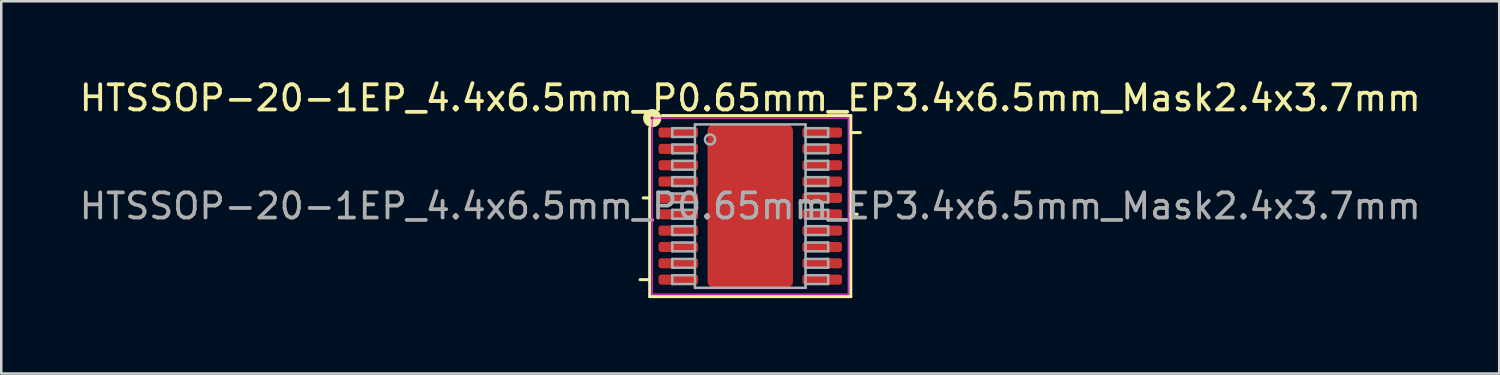
<source format=kicad_pcb>
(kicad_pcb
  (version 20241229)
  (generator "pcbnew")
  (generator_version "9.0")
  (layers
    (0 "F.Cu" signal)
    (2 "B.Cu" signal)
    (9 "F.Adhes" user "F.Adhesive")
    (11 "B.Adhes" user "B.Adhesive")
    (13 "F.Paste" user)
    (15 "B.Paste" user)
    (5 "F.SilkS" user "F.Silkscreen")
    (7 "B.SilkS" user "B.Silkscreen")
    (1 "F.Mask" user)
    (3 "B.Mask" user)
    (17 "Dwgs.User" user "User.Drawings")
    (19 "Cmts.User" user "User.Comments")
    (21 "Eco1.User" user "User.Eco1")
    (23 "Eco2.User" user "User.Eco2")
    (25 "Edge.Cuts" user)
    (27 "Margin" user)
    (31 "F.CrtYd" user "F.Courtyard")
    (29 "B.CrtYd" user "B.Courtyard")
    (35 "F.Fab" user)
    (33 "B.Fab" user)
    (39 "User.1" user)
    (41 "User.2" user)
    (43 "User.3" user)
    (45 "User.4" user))
  (footprint "HTSSOP-20-1EP_4.4x6.5mm_P0.65mm_EP3.4x6.5mm_Mask2.4x3.7mm"
    (layer "F.Cu")
    (at 26.792 5.148)
    (property "Reference" "HTSSOP-20-1EP_4.4x6.5mm_P0.65mm_EP3.4x6.5mm_Mask2.4x3.7mm" (at 0 -4.3 0) (layer "F.SilkS") (effects (font (size 1 1) (thickness 0.15))))
    (attr smd)
    (fp_line (start -4 -0.325) (end -4.254 -0.325) (stroke (width 0.12) (type solid)) (layer "F.SilkS"))
    (fp_line (start -4 2.925) (end -4.381 2.925) (stroke (width 0.12) (type solid)) (layer "F.SilkS"))
    (fp_line (start -4 3.6) (end -4 -3.1) (stroke (width 0.12) (type solid)) (layer "F.SilkS"))
    (fp_line (start -3.5 -3.6) (end 4 -3.6) (stroke (width 0.12) (type solid)) (layer "F.SilkS"))
    (fp_line (start 4 -3.6) (end 4 3.6) (stroke (width 0.12) (type solid)) (layer "F.SilkS"))
    (fp_line (start 4 -2.925) (end 4.381 -2.925) (stroke (width 0.12) (type solid)) (layer "F.SilkS"))
    (fp_line (start 4 0.325) (end 4.254 0.325) (stroke (width 0.12) (type solid)) (layer "F.SilkS"))
    (fp_line (start 4 3.6) (end -4 3.6) (stroke (width 0.12) (type solid)) (layer "F.SilkS"))
    (fp_circle (center -3.9 -3.5) (end -3.837 -3.5) (stroke (width 0.3) (type solid)) (fill no) (layer "F.SilkS"))
    (fp_line (start -3.9 -3.5) (end -3.9 3.5) (stroke (width 0.05) (type solid)) (layer "F.CrtYd"))
    (fp_line (start -3.9 3.5) (end 3.9 3.5) (stroke (width 0.05) (type solid)) (layer "F.CrtYd"))
    (fp_line (start 3.9 -3.5) (end -3.9 -3.5) (stroke (width 0.05) (type solid)) (layer "F.CrtYd"))
    (fp_line (start 3.9 3.5) (end 3.9 -3.5) (stroke (width 0.05) (type solid)) (layer "F.CrtYd"))
    (fp_line (start -3.1 -3.1) (end -3.1 -2.75) (stroke (width 0.1) (type solid)) (layer "F.Fab"))
    (fp_line (start -3.1 -3.1) (end -2.2 -3.1) (stroke (width 0.1) (type solid)) (layer "F.Fab"))
    (fp_line (start -3.1 -2.75) (end -2.2 -2.75) (stroke (width 0.1) (type solid)) (layer "F.Fab"))
    (fp_line (start -3.1 -2.45) (end -3.1 -2.1) (stroke (width 0.1) (type solid)) (layer "F.Fab"))
    (fp_line (start -3.1 -2.45) (end -2.2 -2.45) (stroke (width 0.1) (type solid)) (layer "F.Fab"))
    (fp_line (start -3.1 -2.1) (end -2.2 -2.1) (stroke (width 0.1) (type solid)) (layer "F.Fab"))
    (fp_line (start -3.1 -1.8) (end -3.1 -1.45) (stroke (width 0.1) (type solid)) (layer "F.Fab"))
    (fp_line (start -3.1 -1.8) (end -2.2 -1.8) (stroke (width 0.1) (type solid)) (layer "F.Fab"))
    (fp_line (start -3.1 -1.45) (end -2.2 -1.45) (stroke (width 0.1) (type solid)) (layer "F.Fab"))
    (fp_line (start -3.1 -1.15) (end -3.1 -0.8) (stroke (width 0.1) (type solid)) (layer "F.Fab"))
    (fp_line (start -3.1 -1.15) (end -2.2 -1.15) (stroke (width 0.1) (type solid)) (layer "F.Fab"))
    (fp_line (start -3.1 -0.8) (end -2.2 -0.8) (stroke (width 0.1) (type solid)) (layer "F.Fab"))
    (fp_line (start -3.1 -0.5) (end -3.1 -0.15) (stroke (width 0.1) (type solid)) (layer "F.Fab"))
    (fp_line (start -3.1 -0.5) (end -2.2 -0.5) (stroke (width 0.1) (type solid)) (layer "F.Fab"))
    (fp_line (start -3.1 -0.15) (end -2.2 -0.15) (stroke (width 0.1) (type solid)) (layer "F.Fab"))
    (fp_line (start -3.1 0.15) (end -3.1 0.5) (stroke (width 0.1) (type solid)) (layer "F.Fab"))
    (fp_line (start -3.1 0.15) (end -2.2 0.15) (stroke (width 0.1) (type solid)) (layer "F.Fab"))
    (fp_line (start -3.1 0.5) (end -2.2 0.5) (stroke (width 0.1) (type solid)) (layer "F.Fab"))
    (fp_line (start -3.1 0.8) (end -3.1 1.15) (stroke (width 0.1) (type solid)) (layer "F.Fab"))
    (fp_line (start -3.1 0.8) (end -2.2 0.8) (stroke (width 0.1) (type solid)) (layer "F.Fab"))
    (fp_line (start -3.1 1.15) (end -2.2 1.15) (stroke (width 0.1) (type solid)) (layer "F.Fab"))
    (fp_line (start -3.1 1.45) (end -3.1 1.8) (stroke (width 0.1) (type solid)) (layer "F.Fab"))
    (fp_line (start -3.1 1.45) (end -2.2 1.45) (stroke (width 0.1) (type solid)) (layer "F.Fab"))
    (fp_line (start -3.1 1.8) (end -2.2 1.8) (stroke (width 0.1) (type solid)) (layer "F.Fab"))
    (fp_line (start -3.1 2.1) (end -3.1 2.45) (stroke (width 0.1) (type solid)) (layer "F.Fab"))
    (fp_line (start -3.1 2.1) (end -2.2 2.1) (stroke (width 0.1) (type solid)) (layer "F.Fab"))
    (fp_line (start -3.1 2.45) (end -2.2 2.45) (stroke (width 0.1) (type solid)) (layer "F.Fab"))
    (fp_line (start -3.1 2.75) (end -3.1 3.1) (stroke (width 0.1) (type solid)) (layer "F.Fab"))
    (fp_line (start -3.1 2.75) (end -2.2 2.75) (stroke (width 0.1) (type solid)) (layer "F.Fab"))
    (fp_line (start -3.1 3.1) (end -2.2 3.1) (stroke (width 0.1) (type solid)) (layer "F.Fab"))
    (fp_line (start -2.2 -3.25) (end 2.2 -3.25) (stroke (width 0.1) (type solid)) (layer "F.Fab"))
    (fp_line (start -2.2 3.25) (end -2.2 -3.25) (stroke (width 0.1) (type solid)) (layer "F.Fab"))
    (fp_line (start 2.2 -3.25) (end 2.2 3.25) (stroke (width 0.1) (type solid)) (layer "F.Fab"))
    (fp_line (start 2.2 3.25) (end -2.2 3.25) (stroke (width 0.1) (type solid)) (layer "F.Fab"))
    (fp_line (start 3.1 -3.1) (end 2.2 -3.1) (stroke (width 0.1) (type solid)) (layer "F.Fab"))
    (fp_line (start 3.1 -2.75) (end 2.2 -2.75) (stroke (width 0.1) (type solid)) (layer "F.Fab"))
    (fp_line (start 3.1 -2.75) (end 3.1 -3.1) (stroke (width 0.1) (type solid)) (layer "F.Fab"))
    (fp_line (start 3.1 -2.45) (end 2.2 -2.45) (stroke (width 0.1) (type solid)) (layer "F.Fab"))
    (fp_line (start 3.1 -2.1) (end 2.2 -2.1) (stroke (width 0.1) (type solid)) (layer "F.Fab"))
    (fp_line (start 3.1 -2.1) (end 3.1 -2.45) (stroke (width 0.1) (type solid)) (layer "F.Fab"))
    (fp_line (start 3.1 -1.8) (end 2.2 -1.8) (stroke (width 0.1) (type solid)) (layer "F.Fab"))
    (fp_line (start 3.1 -1.45) (end 2.2 -1.45) (stroke (width 0.1) (type solid)) (layer "F.Fab"))
    (fp_line (start 3.1 -1.45) (end 3.1 -1.8) (stroke (width 0.1) (type solid)) (layer "F.Fab"))
    (fp_line (start 3.1 -1.15) (end 2.2 -1.15) (stroke (width 0.1) (type solid)) (layer "F.Fab"))
    (fp_line (start 3.1 -0.8) (end 2.2 -0.8) (stroke (width 0.1) (type solid)) (layer "F.Fab"))
    (fp_line (start 3.1 -0.8) (end 3.1 -1.15) (stroke (width 0.1) (type solid)) (layer "F.Fab"))
    (fp_line (start 3.1 -0.5) (end 2.2 -0.5) (stroke (width 0.1) (type solid)) (layer "F.Fab"))
    (fp_line (start 3.1 -0.15) (end 2.2 -0.15) (stroke (width 0.1) (type solid)) (layer "F.Fab"))
    (fp_line (start 3.1 -0.15) (end 3.1 -0.5) (stroke (width 0.1) (type solid)) (layer "F.Fab"))
    (fp_line (start 3.1 0.15) (end 2.2 0.15) (stroke (width 0.1) (type solid)) (layer "F.Fab"))
    (fp_line (start 3.1 0.5) (end 2.2 0.5) (stroke (width 0.1) (type solid)) (layer "F.Fab"))
    (fp_line (start 3.1 0.5) (end 3.1 0.15) (stroke (width 0.1) (type solid)) (layer "F.Fab"))
    (fp_line (start 3.1 0.8) (end 2.2 0.8) (stroke (width 0.1) (type solid)) (layer "F.Fab"))
    (fp_line (start 3.1 1.15) (end 2.2 1.15) (stroke (width 0.1) (type solid)) (layer "F.Fab"))
    (fp_line (start 3.1 1.15) (end 3.1 0.8) (stroke (width 0.1) (type solid)) (layer "F.Fab"))
    (fp_line (start 3.1 1.45) (end 2.2 1.45) (stroke (width 0.1) (type solid)) (layer "F.Fab"))
    (fp_line (start 3.1 1.8) (end 2.2 1.8) (stroke (width 0.1) (type solid)) (layer "F.Fab"))
    (fp_line (start 3.1 1.8) (end 3.1 1.45) (stroke (width 0.1) (type solid)) (layer "F.Fab"))
    (fp_line (start 3.1 2.1) (end 2.2 2.1) (stroke (width 0.1) (type solid)) (layer "F.Fab"))
    (fp_line (start 3.1 2.45) (end 2.2 2.45) (stroke (width 0.1) (type solid)) (layer "F.Fab"))
    (fp_line (start 3.1 2.45) (end 3.1 2.1) (stroke (width 0.1) (type solid)) (layer "F.Fab"))
    (fp_line (start 3.1 2.75) (end 2.2 2.75) (stroke (width 0.1) (type solid)) (layer "F.Fab"))
    (fp_line (start 3.1 3.1) (end 2.2 3.1) (stroke (width 0.1) (type solid)) (layer "F.Fab"))
    (fp_line (start 3.1 3.1) (end 3.1 2.75) (stroke (width 0.1) (type solid)) (layer "F.Fab"))
    (fp_circle (center -1.6 -2.65) (end -1.4 -2.65) (stroke (width 0.1) (type solid)) (fill no) (layer "F.Fab"))
    (fp_text user "${REFERENCE}" (at 0 0 0) (layer "F.Fab") (effects (font (size 1 1) (thickness 0.15))))
    (pad "" smd roundrect (at 0 -0.925) (size 1.93 1.49) (layers "F.Paste") (roundrect_rratio 0.168))
    (pad "" smd roundrect (at 0 0) (size 2.4 3.7) (layers "F.Mask") (roundrect_rratio 0.104))
    (pad "" smd roundrect (at 0 0.925) (size 1.93 1.49) (layers "F.Paste") (roundrect_rratio 0.168))
    (pad "1" smd roundrect (at -2.862 -2.925) (size 1.575 0.4) (layers "F.Cu" "F.Mask" "F.Paste") (roundrect_rratio 0.25))
    (pad "2" smd roundrect (at -2.862 -2.275) (size 1.575 0.4) (layers "F.Cu" "F.Mask" "F.Paste") (roundrect_rratio 0.25))
    (pad "3" smd roundrect (at -2.862 -1.625) (size 1.575 0.4) (layers "F.Cu" "F.Mask" "F.Paste") (roundrect_rratio 0.25))
    (pad "4" smd roundrect (at -2.862 -0.975) (size 1.575 0.4) (layers "F.Cu" "F.Mask" "F.Paste") (roundrect_rratio 0.25))
    (pad "5" smd roundrect (at -2.862 -0.325) (size 1.575 0.4) (layers "F.Cu" "F.Mask" "F.Paste") (roundrect_rratio 0.25))
    (pad "6" smd roundrect (at -2.862 0.325) (size 1.575 0.4) (layers "F.Cu" "F.Mask" "F.Paste") (roundrect_rratio 0.25))
    (pad "7" smd roundrect (at -2.862 0.975) (size 1.575 0.4) (layers "F.Cu" "F.Mask" "F.Paste") (roundrect_rratio 0.25))
    (pad "8" smd roundrect (at -2.862 1.625) (size 1.575 0.4) (layers "F.Cu" "F.Mask" "F.Paste") (roundrect_rratio 0.25))
    (pad "9" smd roundrect (at -2.862 2.275) (size 1.575 0.4) (layers "F.Cu" "F.Mask" "F.Paste") (roundrect_rratio 0.25))
    (pad "10" smd roundrect (at -2.862 2.925) (size 1.575 0.4) (layers "F.Cu" "F.Mask" "F.Paste") (roundrect_rratio 0.25))
    (pad "11" smd roundrect (at 2.862 2.925) (size 1.575 0.4) (layers "F.Cu" "F.Mask" "F.Paste") (roundrect_rratio 0.25))
    (pad "12" smd roundrect (at 2.862 2.275) (size 1.575 0.4) (layers "F.Cu" "F.Mask" "F.Paste") (roundrect_rratio 0.25))
    (pad "13" smd roundrect (at 2.862 1.625) (size 1.575 0.4) (layers "F.Cu" "F.Mask" "F.Paste") (roundrect_rratio 0.25))
    (pad "14" smd roundrect (at 2.862 0.975) (size 1.575 0.4) (layers "F.Cu" "F.Mask" "F.Paste") (roundrect_rratio 0.25))
    (pad "15" smd roundrect (at 2.862 0.325) (size 1.575 0.4) (layers "F.Cu" "F.Mask" "F.Paste") (roundrect_rratio 0.25))
    (pad "16" smd roundrect (at 2.862 -0.325) (size 1.575 0.4) (layers "F.Cu" "F.Mask" "F.Paste") (roundrect_rratio 0.25))
    (pad "17" smd roundrect (at 2.862 -0.975) (size 1.575 0.4) (layers "F.Cu" "F.Mask" "F.Paste") (roundrect_rratio 0.25))
    (pad "18" smd roundrect (at 2.862 -1.625) (size 1.575 0.4) (layers "F.Cu" "F.Mask" "F.Paste") (roundrect_rratio 0.25))
    (pad "19" smd roundrect (at 2.862 -2.275) (size 1.575 0.4) (layers "F.Cu" "F.Mask" "F.Paste") (roundrect_rratio 0.25))
    (pad "20" smd roundrect (at 2.862 -2.925) (size 1.575 0.4) (layers "F.Cu" "F.Mask" "F.Paste") (roundrect_rratio 0.25))
    (pad "21" smd roundrect (at 0 0) (size 3.4 6.5) (layers "F.Cu") (roundrect_rratio 0.074)))
  (gr_rect
    (start -3 -3)
    (end 56.583 11.808)
    (stroke (width 0.1) (type default))
    (fill no)
    (layer "Edge.Cuts")))
</source>
